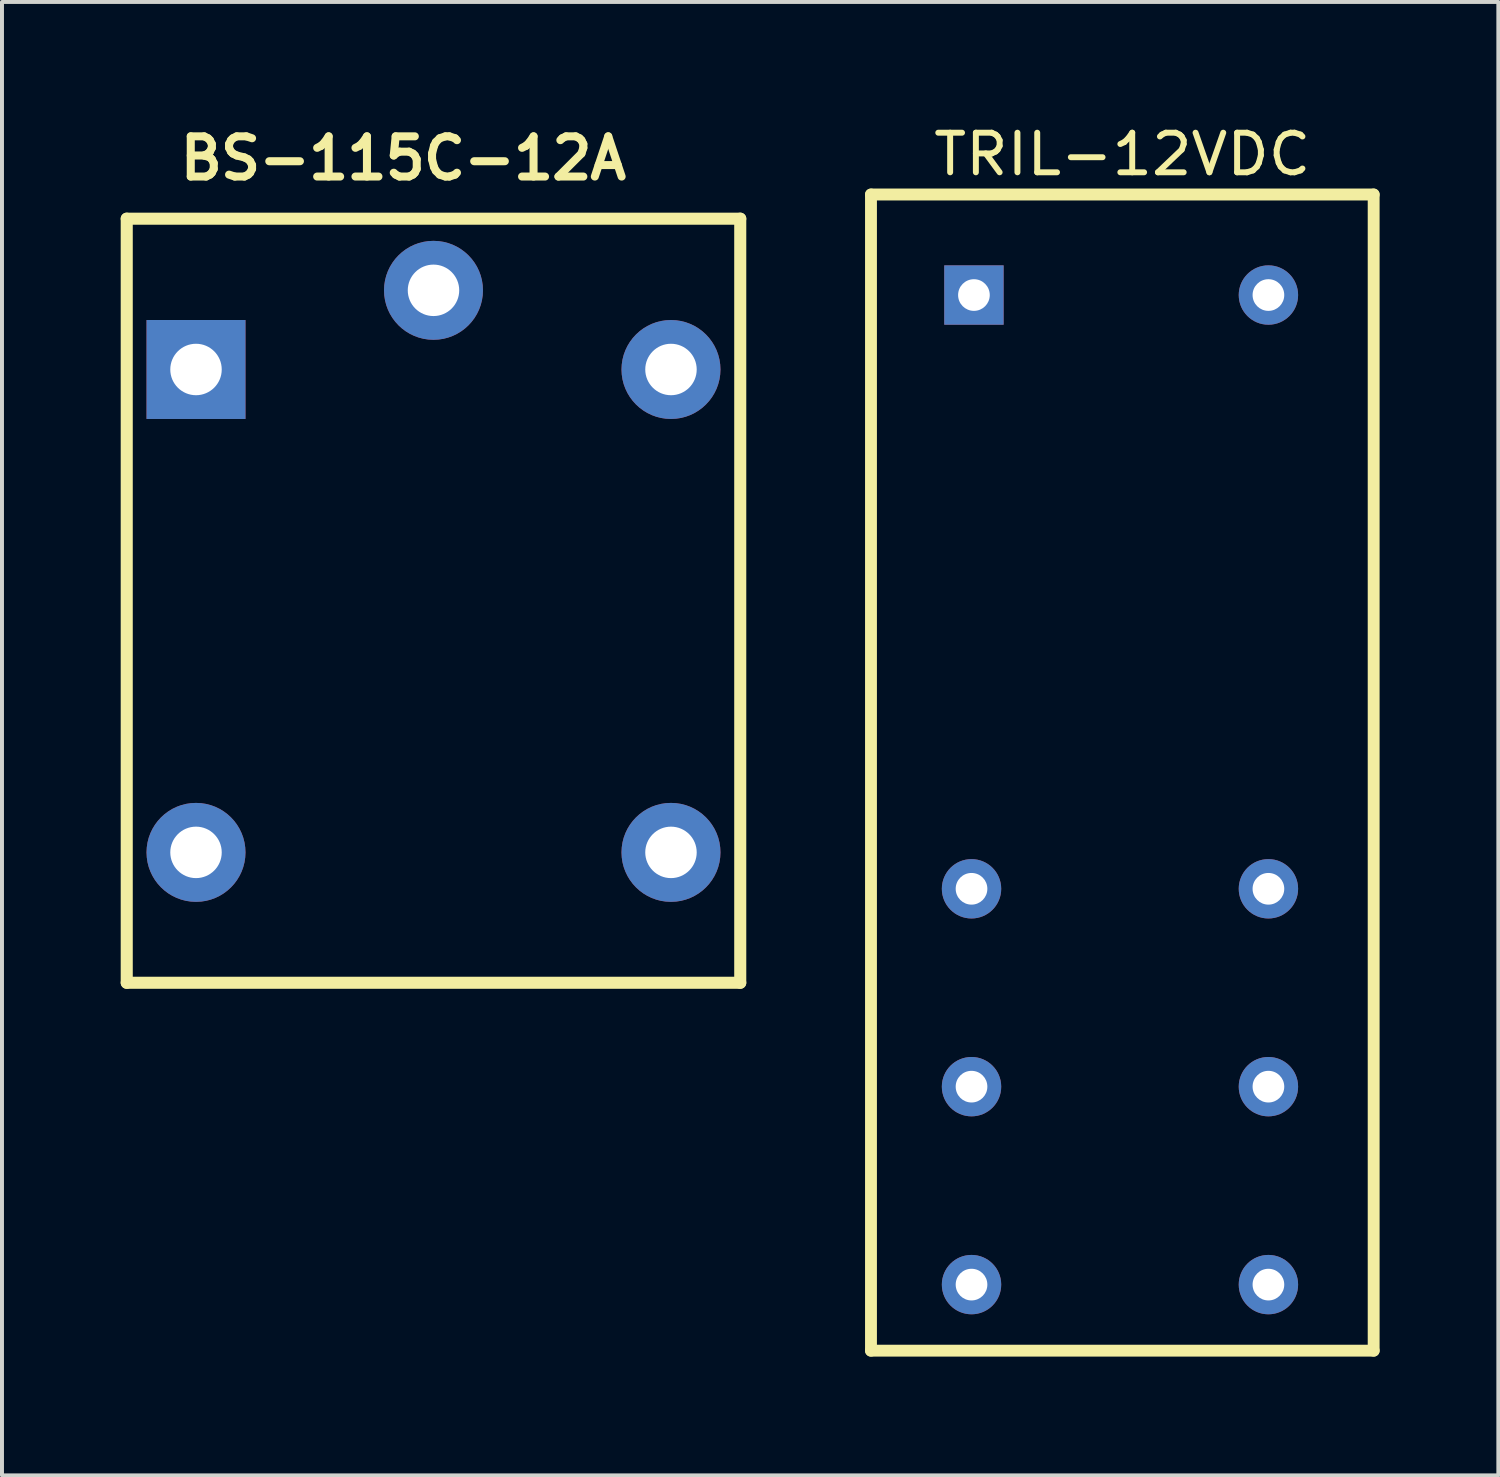
<source format=kicad_pcb>
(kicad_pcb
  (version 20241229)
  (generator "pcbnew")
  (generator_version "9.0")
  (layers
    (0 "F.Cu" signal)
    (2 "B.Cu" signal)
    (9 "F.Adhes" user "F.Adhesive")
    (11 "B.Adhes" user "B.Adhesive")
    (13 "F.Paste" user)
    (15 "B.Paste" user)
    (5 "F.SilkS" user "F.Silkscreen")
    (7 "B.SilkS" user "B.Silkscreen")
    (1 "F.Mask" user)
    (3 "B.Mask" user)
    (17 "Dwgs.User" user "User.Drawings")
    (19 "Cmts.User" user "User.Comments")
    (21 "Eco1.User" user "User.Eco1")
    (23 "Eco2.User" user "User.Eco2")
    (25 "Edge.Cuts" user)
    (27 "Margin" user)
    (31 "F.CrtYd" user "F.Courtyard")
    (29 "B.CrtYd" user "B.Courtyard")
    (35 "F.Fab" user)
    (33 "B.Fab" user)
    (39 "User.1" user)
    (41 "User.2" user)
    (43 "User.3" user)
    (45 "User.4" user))
  (footprint "BS-115C-12A"
    (layer "F.Cu")
    (at 7.902 6.285)
    (property "Reference" "BS-115C-12A" (at -0.762 -5.334 0) (layer "F.SilkS") (effects (font (size 1.016 1.016) (thickness 0.203))))
    (attr through_hole)
    (fp_line (start -7.75 -3.81) (end 7.75 -3.81) (stroke (width 0.305) (type solid)) (layer "F.SilkS"))
    (fp_line (start -7.75 15.494) (end -7.75 -3.81) (stroke (width 0.305) (type solid)) (layer "F.SilkS"))
    (fp_line (start 7.75 -3.81) (end 7.75 15.494) (stroke (width 0.305) (type solid)) (layer "F.SilkS"))
    (fp_line (start 7.75 15.494) (end -7.75 15.494) (stroke (width 0.305) (type solid)) (layer "F.SilkS"))
    (pad "1" thru_hole rect (at -6 0) (size 2.5 2.5) (drill 1.3) (layers "*.Cu" "*.Mask"))
    (pad "3" thru_hole circle (at 0 -2) (size 2.5 2.5) (drill 1.3) (layers "*.Cu" "*.Mask"))
    (pad "5" thru_hole circle (at -6 12.2) (size 2.5 2.5) (drill 1.3) (layers "*.Cu" "*.Mask"))
    (pad "7" thru_hole circle (at 6 12.2) (size 2.5 2.5) (drill 1.3) (layers "*.Cu" "*.Mask"))
    (pad "8" thru_hole circle (at 6 0) (size 2.5 2.5) (drill 1.3) (layers "*.Cu" "*.Mask")))
  (footprint "TRIL-12VDC"
    (layer "F.Cu")
    (at 21.495 4.404)
    (property "Reference" "TRIL-12VDC" (at 3.81 -3.556 0) (layer "F.SilkS") (effects (font (size 1 1.05) (thickness 0.15))))
    (attr through_hole)
    (fp_line (start -2.54 -2.54) (end 10.16 -2.54) (stroke (width 0.3) (type solid)) (layer "F.SilkS"))
    (fp_line (start -2.54 26.67) (end -2.54 -2.54) (stroke (width 0.3) (type solid)) (layer "F.SilkS"))
    (fp_line (start 10.16 -2.54) (end 10.16 26.67) (stroke (width 0.3) (type solid)) (layer "F.SilkS"))
    (fp_line (start 10.16 26.67) (end -2.54 26.67) (stroke (width 0.3) (type solid)) (layer "F.SilkS"))
    (pad "1" thru_hole rect (at 0.061 0) (size 1.5 1.5) (drill 0.8) (layers "*.Cu" "*.Mask"))
    (pad "2" thru_hole circle (at 0 15.001) (size 1.5 1.5) (drill 0.8) (layers "*.Cu" "*.Mask"))
    (pad "3" thru_hole circle (at 0 20) (size 1.5 1.5) (drill 0.8) (layers "*.Cu" "*.Mask"))
    (pad "4" thru_hole circle (at 0 25.001) (size 1.5 1.5) (drill 0.8) (layers "*.Cu" "*.Mask"))
    (pad "5" thru_hole circle (at 7.501 25.001) (size 1.5 1.5) (drill 0.8) (layers "*.Cu" "*.Mask"))
    (pad "6" thru_hole circle (at 7.501 20) (size 1.5 1.5) (drill 0.8) (layers "*.Cu" "*.Mask"))
    (pad "7" thru_hole circle (at 7.501 15.001) (size 1.5 1.5) (drill 0.8) (layers "*.Cu" "*.Mask"))
    (pad "8" thru_hole circle (at 7.501 0) (size 1.5 1.5) (drill 0.8) (layers "*.Cu" "*.Mask")))
  (gr_rect
    (start -3 -3)
    (end 34.805 34.224)
    (stroke (width 0.1) (type default))
    (fill no)
    (layer "Edge.Cuts")))
</source>
